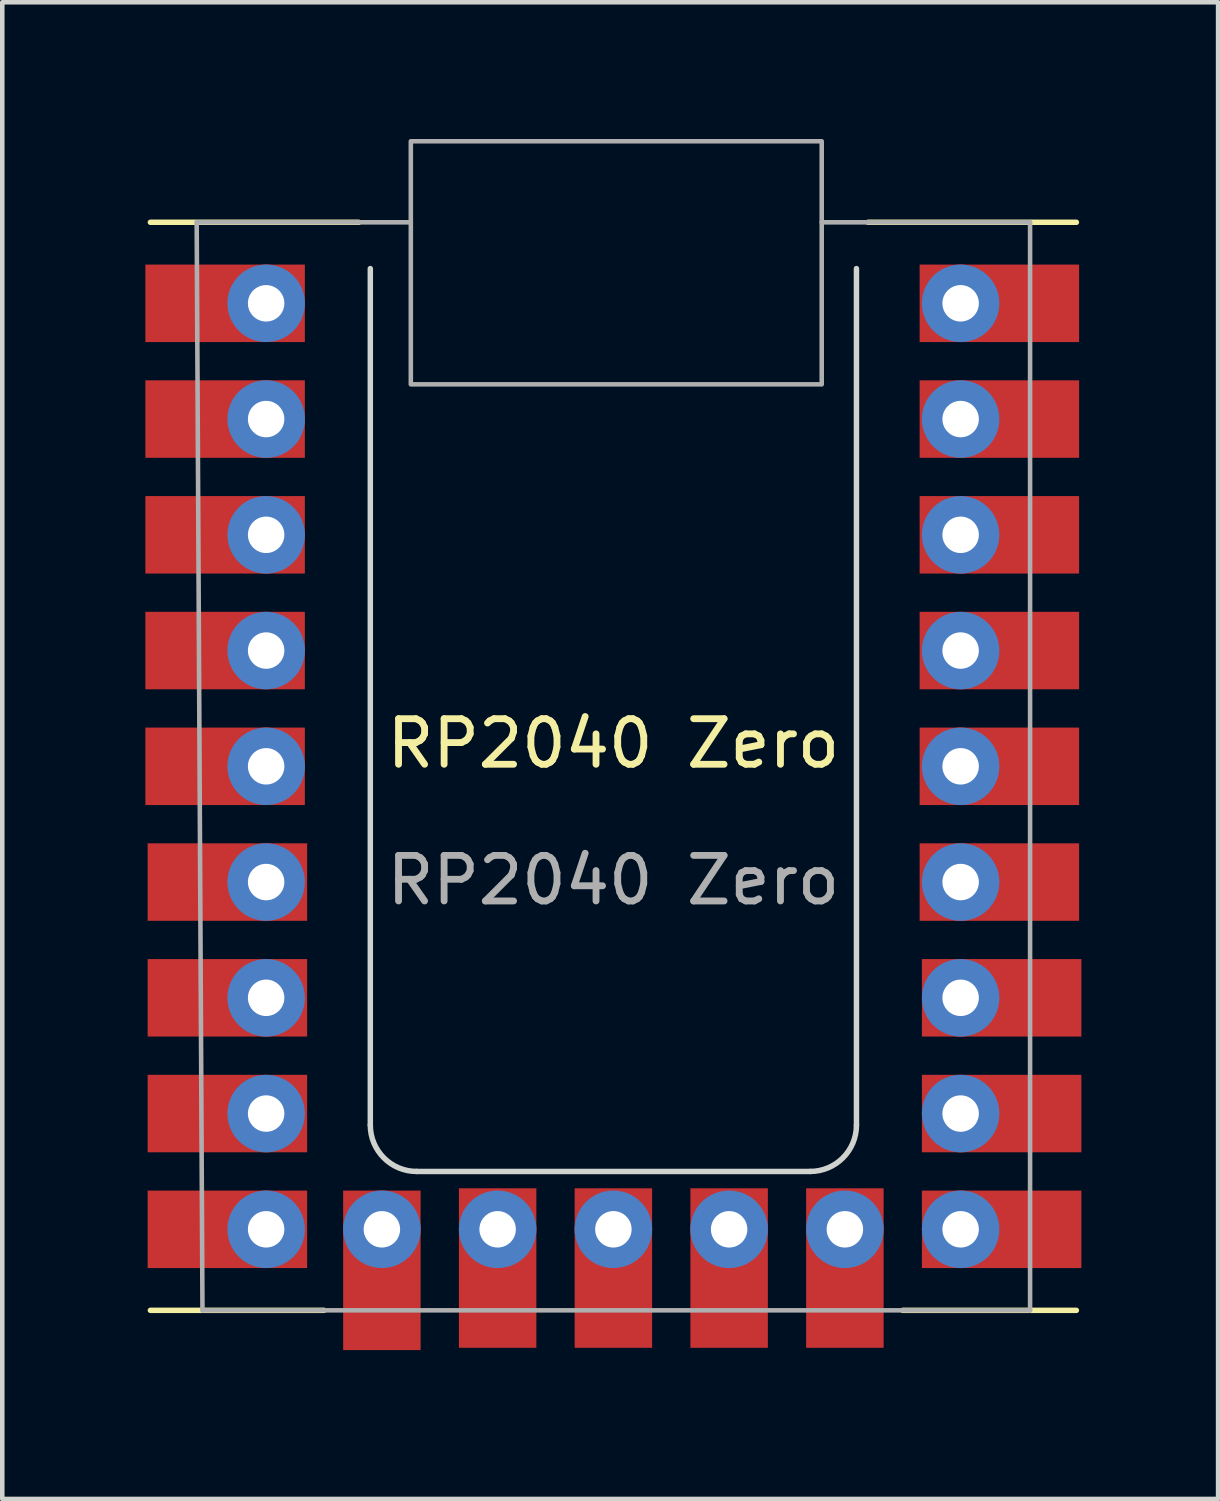
<source format=kicad_pcb>
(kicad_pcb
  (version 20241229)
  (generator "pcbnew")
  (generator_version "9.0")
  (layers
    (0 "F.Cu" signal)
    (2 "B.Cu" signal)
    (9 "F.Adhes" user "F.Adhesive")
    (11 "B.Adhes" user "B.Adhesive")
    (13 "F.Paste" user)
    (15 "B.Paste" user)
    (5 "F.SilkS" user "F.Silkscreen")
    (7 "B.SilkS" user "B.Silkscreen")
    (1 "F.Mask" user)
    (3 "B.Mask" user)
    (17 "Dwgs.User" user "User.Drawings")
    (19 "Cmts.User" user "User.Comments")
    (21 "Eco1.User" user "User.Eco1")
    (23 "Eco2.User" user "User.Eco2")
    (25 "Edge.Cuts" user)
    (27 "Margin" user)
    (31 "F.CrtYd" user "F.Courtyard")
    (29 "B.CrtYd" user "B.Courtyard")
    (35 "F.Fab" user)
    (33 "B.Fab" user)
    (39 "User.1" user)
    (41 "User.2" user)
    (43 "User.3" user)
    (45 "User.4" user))
  (footprint "RP2040 Zero"
    (layer "F.Cu")
    (at 0.25 26.593)
    (property "Reference" "RP2040 Zero" (at 10.16 -13.327 0) (unlocked yes) (layer "F.SilkS") (effects (font (size 1 1) (thickness 0.15))))
    (attr through_hole)
    (fp_line (start 0 -24.765) (end 4.572 -24.765) (stroke (width 0.12) (type default)) (layer "F.SilkS"))
    (fp_line (start 0 -0.889) (end 3.81 -0.889) (stroke (width 0.12) (type default)) (layer "F.SilkS"))
    (fp_line (start 15.748 -24.765) (end 20.32 -24.765) (stroke (width 0.12) (type default)) (layer "F.SilkS"))
    (fp_line (start 16.51 -0.889) (end 20.32 -0.889) (stroke (width 0.12) (type default)) (layer "F.SilkS"))
    (fp_line (start 4.826 -23.749) (end 4.826 -4.953) (stroke (width 0.12) (type default)) (layer "Edge.Cuts"))
    (fp_line (start 5.842 -3.937) (end 14.478 -3.937) (stroke (width 0.12) (type default)) (layer "Edge.Cuts"))
    (fp_line (start 15.494 -4.953) (end 15.494 -23.749) (stroke (width 0.12) (type default)) (layer "Edge.Cuts"))
    (fp_arc (start 5.842 -3.937) (mid 5.12358 -4.23458) (end 4.826 -4.953) (stroke (width 0.12) (type default)) (layer "Edge.Cuts"))
    (fp_arc (start 15.494 -4.953) (mid 15.19642 -4.23458) (end 14.478 -3.937) (stroke (width 0.12) (type default)) (layer "Edge.Cuts"))
    (fp_line (start 1.016 -24.765) (end 5.715 -24.765) (stroke (width 0.1) (type default)) (layer "F.Fab"))
    (fp_line (start 1.143 -0.889) (end 1.016 -24.765) (stroke (width 0.1) (type default)) (layer "F.Fab"))
    (fp_line (start 14.732 -24.765) (end 19.304 -24.765) (stroke (width 0.1) (type default)) (layer "F.Fab"))
    (fp_line (start 19.304 -24.765) (end 19.304 -0.889) (stroke (width 0.1) (type default)) (layer "F.Fab"))
    (fp_line (start 19.304 -0.889) (end 1.143 -0.889) (stroke (width 0.1) (type default)) (layer "F.Fab"))
    (fp_rect (start 5.715 -26.543) (end 14.732 -21.209) (stroke (width 0.1) (type default)) (fill no) (layer "F.Fab"))
    (fp_text user "${REFERENCE}" (at 10.16 -10.327 0) (unlocked yes) (layer "F.Fab") (effects (font (size 1 1) (thickness 0.15))))
    (pad "1" smd rect (at 1.64 -22.987) (size 3.5 1.7) (layers "F.Cu" "F.Mask" "F.Paste"))
    (pad "1" thru_hole circle (at 2.54 -22.987) (size 1.7 1.7) (drill 0.8) (layers "*.Cu" "*.Mask"))
    (pad "2" smd rect (at 1.64 -20.447) (size 3.5 1.7) (layers "F.Cu" "F.Mask" "F.Paste"))
    (pad "2" thru_hole circle (at 2.54 -20.447) (size 1.7 1.7) (drill 0.8) (layers "*.Cu" "*.Mask"))
    (pad "3" smd rect (at 1.64 -17.907) (size 3.5 1.7) (layers "F.Cu" "F.Mask" "F.Paste"))
    (pad "3" thru_hole circle (at 2.54 -17.907) (size 1.7 1.7) (drill 0.8) (layers "*.Cu" "*.Mask"))
    (pad "4" smd rect (at 1.64 -15.367) (size 3.5 1.7) (layers "F.Cu" "F.Mask" "F.Paste"))
    (pad "4" thru_hole circle (at 2.54 -15.367) (size 1.7 1.7) (drill 0.8) (layers "*.Cu" "*.Mask"))
    (pad "5" smd rect (at 1.64 -12.827) (size 3.5 1.7) (layers "F.Cu" "F.Mask" "F.Paste"))
    (pad "5" thru_hole circle (at 2.54 -12.827) (size 1.7 1.7) (drill 0.8) (layers "*.Cu" "*.Mask"))
    (pad "6" smd rect (at 1.69 -10.287) (size 3.5 1.7) (layers "F.Cu" "F.Mask" "F.Paste"))
    (pad "6" thru_hole circle (at 2.54 -10.287) (size 1.7 1.7) (drill 0.8) (layers "*.Cu" "*.Mask"))
    (pad "7" smd rect (at 1.69 -7.747) (size 3.5 1.7) (layers "F.Cu" "F.Mask" "F.Paste"))
    (pad "7" thru_hole circle (at 2.54 -7.747) (size 1.7 1.7) (drill 0.8) (layers "*.Cu" "*.Mask"))
    (pad "8" smd rect (at 1.69 -5.207) (size 3.5 1.7) (layers "F.Cu" "F.Mask" "F.Paste"))
    (pad "8" thru_hole circle (at 2.54 -5.207) (size 1.7 1.7) (drill 0.8) (layers "*.Cu" "*.Mask"))
    (pad "9" smd rect (at 1.69 -2.667) (size 3.5 1.7) (layers "F.Cu" "F.Mask" "F.Paste"))
    (pad "9" thru_hole circle (at 2.54 -2.667) (size 1.7 1.7) (drill 0.8) (layers "*.Cu" "*.Mask"))
    (pad "10" thru_hole circle (at 17.78 -22.987) (size 1.7 1.7) (drill 0.8) (layers "*.Cu" "*.Mask"))
    (pad "10" smd rect (at 18.63 -22.987) (size 3.5 1.7) (layers "F.Cu" "F.Mask" "F.Paste"))
    (pad "11" thru_hole circle (at 17.78 -20.447) (size 1.7 1.7) (drill 0.8) (layers "*.Cu" "*.Mask"))
    (pad "11" smd rect (at 18.63 -20.447) (size 3.5 1.7) (layers "F.Cu" "F.Mask" "F.Paste"))
    (pad "12" thru_hole circle (at 17.78 -17.907) (size 1.7 1.7) (drill 0.8) (layers "*.Cu" "*.Mask"))
    (pad "12" smd rect (at 18.63 -17.907) (size 3.5 1.7) (layers "F.Cu" "F.Mask" "F.Paste"))
    (pad "13" thru_hole circle (at 17.78 -15.367) (size 1.7 1.7) (drill 0.8) (layers "*.Cu" "*.Mask"))
    (pad "13" smd rect (at 18.63 -15.367) (size 3.5 1.7) (layers "F.Cu" "F.Mask" "F.Paste"))
    (pad "14" thru_hole circle (at 17.78 -12.827) (size 1.7 1.7) (drill 0.8) (layers "*.Cu" "*.Mask"))
    (pad "14" smd rect (at 18.63 -12.827) (size 3.5 1.7) (layers "F.Cu" "F.Mask" "F.Paste"))
    (pad "15" thru_hole circle (at 17.78 -10.287) (size 1.7 1.7) (drill 0.8) (layers "*.Cu" "*.Mask"))
    (pad "15" smd rect (at 18.63 -10.287) (size 3.5 1.7) (layers "F.Cu" "F.Mask" "F.Paste"))
    (pad "16" thru_hole circle (at 17.78 -7.747) (size 1.7 1.7) (drill 0.8) (layers "*.Cu" "*.Mask"))
    (pad "16" smd rect (at 18.68 -7.747) (size 3.5 1.7) (layers "F.Cu" "F.Mask" "F.Paste"))
    (pad "17" thru_hole circle (at 17.78 -5.207) (size 1.7 1.7) (drill 0.8) (layers "*.Cu" "*.Mask"))
    (pad "17" smd rect (at 18.68 -5.207) (size 3.5 1.7) (layers "F.Cu" "F.Mask" "F.Paste"))
    (pad "18" thru_hole circle (at 17.78 -2.667) (size 1.7 1.7) (drill 0.8) (layers "*.Cu" "*.Mask"))
    (pad "18" smd rect (at 18.68 -2.667) (size 3.5 1.7) (layers "F.Cu" "F.Mask" "F.Paste"))
    (pad "19" thru_hole circle (at 5.08 -2.667) (size 1.7 1.7) (drill 0.8) (layers "*.Cu" "*.Mask"))
    (pad "19" smd rect (at 5.08 -1.767 90) (size 3.5 1.7) (layers "F.Cu" "F.Mask" "F.Paste"))
    (pad "20" thru_hole circle (at 7.62 -2.667) (size 1.7 1.7) (drill 0.8) (layers "*.Cu" "*.Mask"))
    (pad "20" smd rect (at 7.62 -1.817 90) (size 3.5 1.7) (layers "F.Cu" "F.Mask" "F.Paste"))
    (pad "21" thru_hole circle (at 10.16 -2.667) (size 1.7 1.7) (drill 0.8) (layers "*.Cu" "*.Mask"))
    (pad "21" smd rect (at 10.16 -1.817 90) (size 3.5 1.7) (layers "F.Cu" "F.Mask" "F.Paste"))
    (pad "22" thru_hole circle (at 12.7 -2.667) (size 1.7 1.7) (drill 0.8) (layers "*.Cu" "*.Mask"))
    (pad "22" smd rect (at 12.7 -1.817 90) (size 3.5 1.7) (layers "F.Cu" "F.Mask" "F.Paste"))
    (pad "23" thru_hole circle (at 15.24 -2.667) (size 1.7 1.7) (drill 0.8) (layers "*.Cu" "*.Mask"))
    (pad "23" smd rect (at 15.24 -1.817 90) (size 3.5 1.7) (layers "F.Cu" "F.Mask" "F.Paste")))
  (gr_rect
    (start -3 -3)
    (end 23.68 29.843)
    (stroke (width 0.1) (type default))
    (fill no)
    (layer "Edge.Cuts")))
</source>
